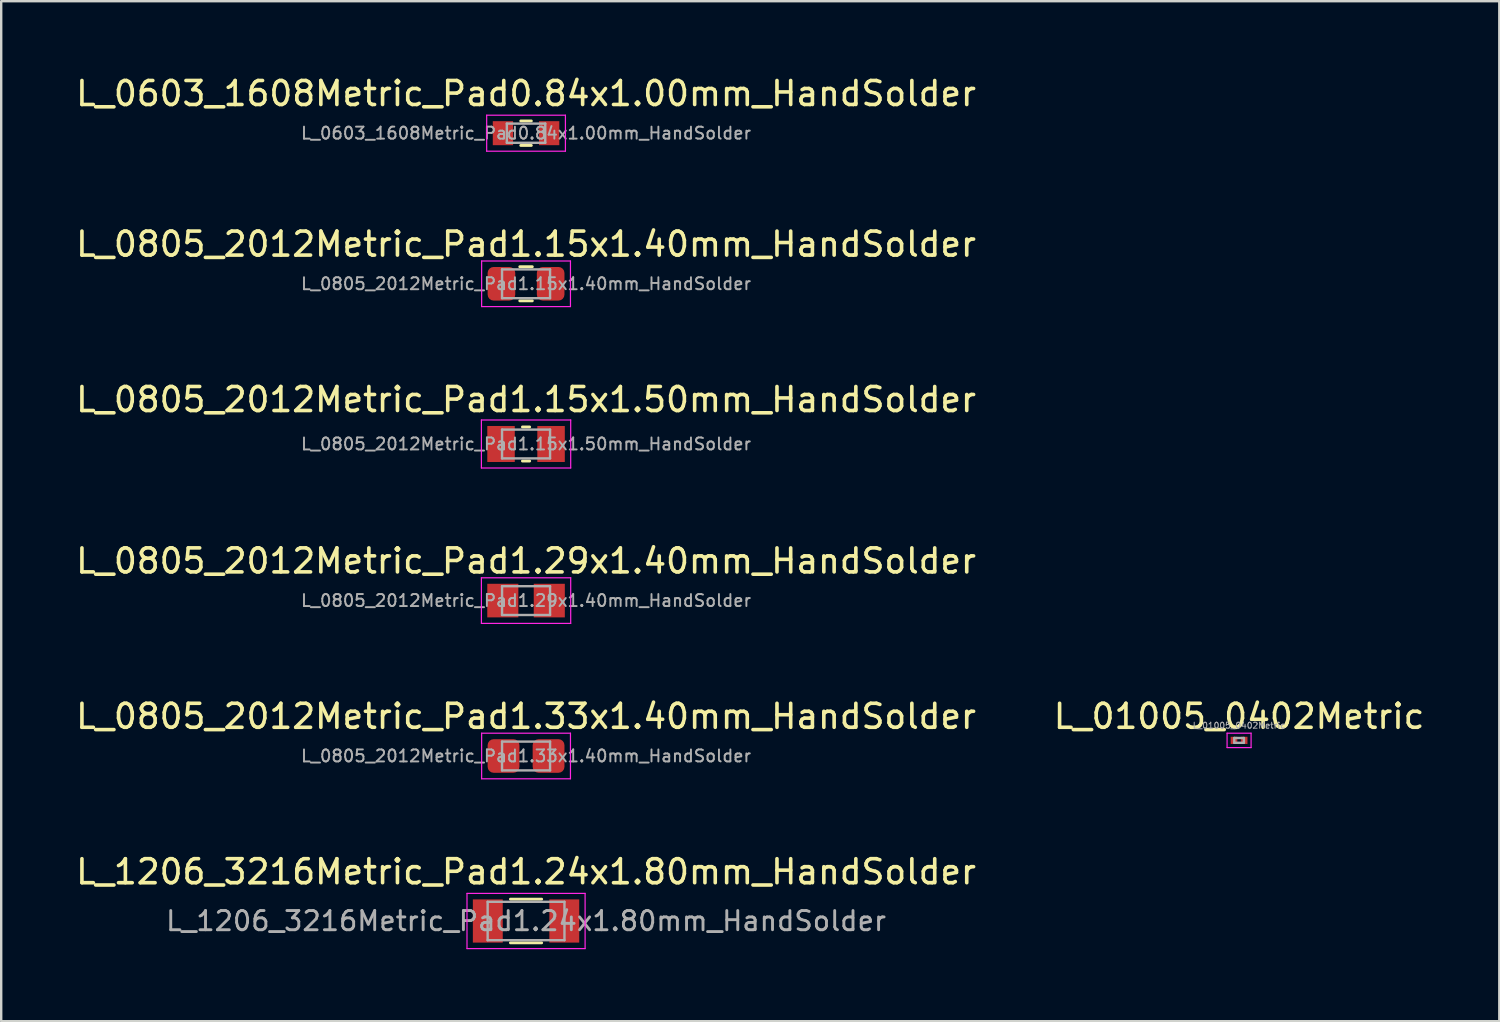
<source format=kicad_pcb>
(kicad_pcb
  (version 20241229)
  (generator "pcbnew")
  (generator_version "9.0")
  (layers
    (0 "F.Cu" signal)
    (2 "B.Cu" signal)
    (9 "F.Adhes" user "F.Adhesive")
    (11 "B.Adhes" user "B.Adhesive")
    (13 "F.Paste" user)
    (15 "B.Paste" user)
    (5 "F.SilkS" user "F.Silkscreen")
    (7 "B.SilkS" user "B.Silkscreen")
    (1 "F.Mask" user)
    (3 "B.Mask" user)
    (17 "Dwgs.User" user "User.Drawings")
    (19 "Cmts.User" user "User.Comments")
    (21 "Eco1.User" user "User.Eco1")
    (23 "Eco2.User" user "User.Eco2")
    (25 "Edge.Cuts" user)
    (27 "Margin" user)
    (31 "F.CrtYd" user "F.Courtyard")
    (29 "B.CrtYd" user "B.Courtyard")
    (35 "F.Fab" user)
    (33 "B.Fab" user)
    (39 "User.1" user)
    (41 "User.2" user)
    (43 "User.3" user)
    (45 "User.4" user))
  (footprint "L_0805_2012Metric_Pad1.15x1.40mm_HandSolder"
    (layer "F.Cu")
    (at 18.863 8.771)
    (property "Reference" "L_0805_2012Metric_Pad1.15x1.40mm_HandSolder" (at 0 -1.65 0) (layer "F.SilkS") (effects (font (size 1 1) (thickness 0.15))))
    (attr smd)
    (fp_line (start -0.261 -0.71) (end 0.261 -0.71) (stroke (width 0.12) (type solid)) (layer "F.SilkS"))
    (fp_line (start -0.261 0.71) (end 0.261 0.71) (stroke (width 0.12) (type solid)) (layer "F.SilkS"))
    (fp_line (start -1.85 -0.95) (end 1.85 -0.95) (stroke (width 0.05) (type solid)) (layer "F.CrtYd"))
    (fp_line (start -1.85 0.95) (end -1.85 -0.95) (stroke (width 0.05) (type solid)) (layer "F.CrtYd"))
    (fp_line (start 1.85 -0.95) (end 1.85 0.95) (stroke (width 0.05) (type solid)) (layer "F.CrtYd"))
    (fp_line (start 1.85 0.95) (end -1.85 0.95) (stroke (width 0.05) (type solid)) (layer "F.CrtYd"))
    (fp_line (start -1 -0.6) (end 1 -0.6) (stroke (width 0.1) (type solid)) (layer "F.Fab"))
    (fp_line (start -1 0.6) (end -1 -0.6) (stroke (width 0.1) (type solid)) (layer "F.Fab"))
    (fp_line (start 1 -0.6) (end 1 0.6) (stroke (width 0.1) (type solid)) (layer "F.Fab"))
    (fp_line (start 1 0.6) (end -1 0.6) (stroke (width 0.1) (type solid)) (layer "F.Fab"))
    (fp_text user "${REFERENCE}" (at 0 0 0) (layer "F.Fab") (effects (font (size 0.5 0.5) (thickness 0.08))))
    (pad "1" smd roundrect (at -1.025 0) (size 1.15 1.4) (layers "F.Cu" "F.Mask" "F.Paste") (roundrect_rratio 0.217))
    (pad "2" smd roundrect (at 1.025 0) (size 1.15 1.4) (layers "F.Cu" "F.Mask" "F.Paste") (roundrect_rratio 0.217)))
  (footprint "L_0805_2012Metric_Pad1.29x1.40mm_HandSolder"
    (layer "F.Cu")
    (at 18.863 21.968)
    (property "Reference" "L_0805_2012Metric_Pad1.29x1.40mm_HandSolder" (at 0 -1.65 0) (layer "F.SilkS") (effects (font (size 1 1) (thickness 0.15))))
    (attr smd)
    (fp_line (start -1.86 -0.95) (end 1.86 -0.95) (stroke (width 0.05) (type solid)) (layer "F.CrtYd"))
    (fp_line (start -1.86 0.95) (end -1.86 -0.95) (stroke (width 0.05) (type solid)) (layer "F.CrtYd"))
    (fp_line (start 1.86 -0.95) (end 1.86 0.95) (stroke (width 0.05) (type solid)) (layer "F.CrtYd"))
    (fp_line (start 1.86 0.95) (end -1.86 0.95) (stroke (width 0.05) (type solid)) (layer "F.CrtYd"))
    (fp_line (start -1 -0.6) (end 1 -0.6) (stroke (width 0.1) (type solid)) (layer "F.Fab"))
    (fp_line (start -1 0.6) (end -1 -0.6) (stroke (width 0.1) (type solid)) (layer "F.Fab"))
    (fp_line (start 1 -0.6) (end 1 0.6) (stroke (width 0.1) (type solid)) (layer "F.Fab"))
    (fp_line (start 1 0.6) (end -1 0.6) (stroke (width 0.1) (type solid)) (layer "F.Fab"))
    (fp_text user "${REFERENCE}" (at 0 0 0) (layer "F.Fab") (effects (font (size 0.5 0.5) (thickness 0.08))))
    (pad "1" smd rect (at -0.968 0) (size 1.295 1.4) (layers "F.Cu" "F.Mask" "F.Paste"))
    (pad "2" smd rect (at 0.968 0) (size 1.295 1.4) (layers "F.Cu" "F.Mask" "F.Paste")))
  (footprint "L_0805_2012Metric_Pad1.15x1.50mm_HandSolder"
    (layer "F.Cu")
    (at 18.863 15.445)
    (property "Reference" "L_0805_2012Metric_Pad1.15x1.50mm_HandSolder" (at 0 -1.85 0) (layer "F.SilkS") (effects (font (size 1 1) (thickness 0.15))))
    (attr smd)
    (fp_line (start -0.15 -0.71) (end 0.15 -0.71) (stroke (width 0.12) (type solid)) (layer "F.SilkS"))
    (fp_line (start -0.15 0.71) (end 0.15 0.71) (stroke (width 0.12) (type solid)) (layer "F.SilkS"))
    (fp_line (start -1.86 -1) (end 1.86 -1) (stroke (width 0.05) (type solid)) (layer "F.CrtYd"))
    (fp_line (start -1.86 1) (end -1.86 -1) (stroke (width 0.05) (type solid)) (layer "F.CrtYd"))
    (fp_line (start 1.86 -1) (end 1.86 1) (stroke (width 0.05) (type solid)) (layer "F.CrtYd"))
    (fp_line (start 1.86 1) (end -1.86 1) (stroke (width 0.05) (type solid)) (layer "F.CrtYd"))
    (fp_line (start -1 -0.6) (end 1 -0.6) (stroke (width 0.1) (type solid)) (layer "F.Fab"))
    (fp_line (start -1 0.6) (end -1 -0.6) (stroke (width 0.1) (type solid)) (layer "F.Fab"))
    (fp_line (start 1 -0.6) (end 1 0.6) (stroke (width 0.1) (type solid)) (layer "F.Fab"))
    (fp_line (start 1 0.6) (end -1 0.6) (stroke (width 0.1) (type solid)) (layer "F.Fab"))
    (fp_text user "${REFERENCE}" (at 0 0 0) (layer "F.Fab") (effects (font (size 0.5 0.5) (thickness 0.08))))
    (pad "1" smd rect (at -1.042 0) (size 1.145 1.5) (layers "F.Cu" "F.Mask" "F.Paste"))
    (pad "2" smd rect (at 1.042 0) (size 1.145 1.5) (layers "F.Cu" "F.Mask" "F.Paste")))
  (footprint "L_01005_0402Metric"
    (layer "F.Cu")
    (at 48.565 27.791)
    (property "Reference" "L_01005_0402Metric" (at 0 -1 0) (layer "F.SilkS") (effects (font (size 1 1) (thickness 0.15))))
    (attr smd)
    (fp_line (start -0.5 -0.3) (end 0.5 -0.3) (stroke (width 0.05) (type solid)) (layer "F.CrtYd"))
    (fp_line (start -0.5 0.3) (end -0.5 -0.3) (stroke (width 0.05) (type solid)) (layer "F.CrtYd"))
    (fp_line (start 0.5 -0.3) (end 0.5 0.3) (stroke (width 0.05) (type solid)) (layer "F.CrtYd"))
    (fp_line (start 0.5 0.3) (end -0.5 0.3) (stroke (width 0.05) (type solid)) (layer "F.CrtYd"))
    (fp_line (start -0.2 -0.1) (end 0.2 -0.1) (stroke (width 0.1) (type solid)) (layer "F.Fab"))
    (fp_line (start -0.2 0.1) (end -0.2 -0.1) (stroke (width 0.1) (type solid)) (layer "F.Fab"))
    (fp_line (start 0.2 -0.1) (end 0.2 0.1) (stroke (width 0.1) (type solid)) (layer "F.Fab"))
    (fp_line (start 0.2 0.1) (end -0.2 0.1) (stroke (width 0.1) (type solid)) (layer "F.Fab"))
    (fp_text user "${REFERENCE}" (at 0 -0.62 0) (layer "F.Fab") (effects (font (size 0.25 0.25) (thickness 0.04))))
    (pad "" smd rect (at -0.237 0) (size 0.17 0.27) (layers "F.Paste"))
    (pad "" smd rect (at 0.237 0) (size 0.17 0.27) (layers "F.Paste"))
    (pad "1" smd rect (at -0.212 0) (size 0.275 0.3) (layers "F.Cu" "F.Mask"))
    (pad "2" smd rect (at 0.212 0) (size 0.275 0.3) (layers "F.Cu" "F.Mask")))
  (footprint "L_1206_3216Metric_Pad1.24x1.80mm_HandSolder"
    (layer "F.Cu")
    (at 18.863 35.315)
    (property "Reference" "L_1206_3216Metric_Pad1.24x1.80mm_HandSolder" (at 0 -2.05 0) (layer "F.SilkS") (effects (font (size 1 1) (thickness 0.15))))
    (attr smd)
    (fp_line (start -0.65 -0.91) (end 0.65 -0.91) (stroke (width 0.12) (type solid)) (layer "F.SilkS"))
    (fp_line (start -0.65 0.91) (end 0.65 0.91) (stroke (width 0.12) (type solid)) (layer "F.SilkS"))
    (fp_line (start -2.46 -1.15) (end 2.46 -1.15) (stroke (width 0.05) (type solid)) (layer "F.CrtYd"))
    (fp_line (start -2.46 1.15) (end -2.46 -1.15) (stroke (width 0.05) (type solid)) (layer "F.CrtYd"))
    (fp_line (start 2.46 -1.15) (end 2.46 1.15) (stroke (width 0.05) (type solid)) (layer "F.CrtYd"))
    (fp_line (start 2.46 1.15) (end -2.46 1.15) (stroke (width 0.05) (type solid)) (layer "F.CrtYd"))
    (fp_line (start -1.6 -0.8) (end 1.6 -0.8) (stroke (width 0.1) (type solid)) (layer "F.Fab"))
    (fp_line (start -1.6 0.8) (end -1.6 -0.8) (stroke (width 0.1) (type solid)) (layer "F.Fab"))
    (fp_line (start 1.6 -0.8) (end 1.6 0.8) (stroke (width 0.1) (type solid)) (layer "F.Fab"))
    (fp_line (start 1.6 0.8) (end -1.6 0.8) (stroke (width 0.1) (type solid)) (layer "F.Fab"))
    (fp_text user "${REFERENCE}" (at 0 0 0) (layer "F.Fab") (effects (font (size 0.8 0.8) (thickness 0.12))))
    (pad "1" smd rect (at -1.593 0) (size 1.245 1.8) (layers "F.Cu" "F.Mask" "F.Paste"))
    (pad "2" smd rect (at 1.593 0) (size 1.245 1.8) (layers "F.Cu" "F.Mask" "F.Paste")))
  (footprint "L_0805_2012Metric_Pad1.33x1.40mm_HandSolder"
    (layer "F.Cu")
    (at 18.863 28.441)
    (property "Reference" "L_0805_2012Metric_Pad1.33x1.40mm_HandSolder" (at 0 -1.65 0) (layer "F.SilkS") (effects (font (size 1 1) (thickness 0.15))))
    (attr smd)
    (fp_line (start -1.85 -0.95) (end 1.85 -0.95) (stroke (width 0.05) (type solid)) (layer "F.CrtYd"))
    (fp_line (start -1.85 0.95) (end -1.85 -0.95) (stroke (width 0.05) (type solid)) (layer "F.CrtYd"))
    (fp_line (start 1.85 -0.95) (end 1.85 0.95) (stroke (width 0.05) (type solid)) (layer "F.CrtYd"))
    (fp_line (start 1.85 0.95) (end -1.85 0.95) (stroke (width 0.05) (type solid)) (layer "F.CrtYd"))
    (fp_line (start -1 -0.6) (end 1 -0.6) (stroke (width 0.1) (type solid)) (layer "F.Fab"))
    (fp_line (start -1 0.6) (end -1 -0.6) (stroke (width 0.1) (type solid)) (layer "F.Fab"))
    (fp_line (start 1 -0.6) (end 1 0.6) (stroke (width 0.1) (type solid)) (layer "F.Fab"))
    (fp_line (start 1 0.6) (end -1 0.6) (stroke (width 0.1) (type solid)) (layer "F.Fab"))
    (fp_text user "${REFERENCE}" (at 0 0 0) (layer "F.Fab") (effects (font (size 0.5 0.5) (thickness 0.08))))
    (pad "1" smd roundrect (at -0.938 0) (size 1.325 1.4) (layers "F.Cu" "F.Mask" "F.Paste") (roundrect_rratio 0.189))
    (pad "2" smd roundrect (at 0.938 0) (size 1.325 1.4) (layers "F.Cu" "F.Mask" "F.Paste") (roundrect_rratio 0.189)))
  (footprint "L_0603_1608Metric_Pad0.84x1.00mm_HandSolder"
    (layer "F.Cu")
    (at 18.863 2.498)
    (property "Reference" "L_0603_1608Metric_Pad0.84x1.00mm_HandSolder" (at 0 -1.65 0) (layer "F.SilkS") (effects (font (size 1 1) (thickness 0.15))))
    (attr smd)
    (fp_line (start -0.22 -0.51) (end 0.22 -0.51) (stroke (width 0.12) (type solid)) (layer "F.SilkS"))
    (fp_line (start -0.22 0.51) (end 0.22 0.51) (stroke (width 0.12) (type solid)) (layer "F.SilkS"))
    (fp_line (start -1.64 -0.75) (end 1.64 -0.75) (stroke (width 0.05) (type solid)) (layer "F.CrtYd"))
    (fp_line (start -1.64 0.75) (end -1.64 -0.75) (stroke (width 0.05) (type solid)) (layer "F.CrtYd"))
    (fp_line (start 1.64 -0.75) (end 1.64 0.75) (stroke (width 0.05) (type solid)) (layer "F.CrtYd"))
    (fp_line (start 1.64 0.75) (end -1.64 0.75) (stroke (width 0.05) (type solid)) (layer "F.CrtYd"))
    (fp_line (start -0.8 -0.4) (end 0.8 -0.4) (stroke (width 0.1) (type solid)) (layer "F.Fab"))
    (fp_line (start -0.8 0.4) (end -0.8 -0.4) (stroke (width 0.1) (type solid)) (layer "F.Fab"))
    (fp_line (start 0.8 -0.4) (end 0.8 0.4) (stroke (width 0.1) (type solid)) (layer "F.Fab"))
    (fp_line (start 0.8 0.4) (end -0.8 0.4) (stroke (width 0.1) (type solid)) (layer "F.Fab"))
    (fp_text user "${REFERENCE}" (at 0 0 0) (layer "F.Fab") (effects (font (size 0.5 0.5) (thickness 0.08))))
    (pad "1" smd rect (at -0.963 0) (size 0.845 1) (layers "F.Cu" "F.Mask" "F.Paste"))
    (pad "2" smd rect (at 0.963 0) (size 0.845 1) (layers "F.Cu" "F.Mask" "F.Paste")))
  (gr_rect
    (start -3 -3)
    (end 59.405 39.489)
    (stroke (width 0.1) (type default))
    (fill no)
    (layer "Edge.Cuts")))
</source>
